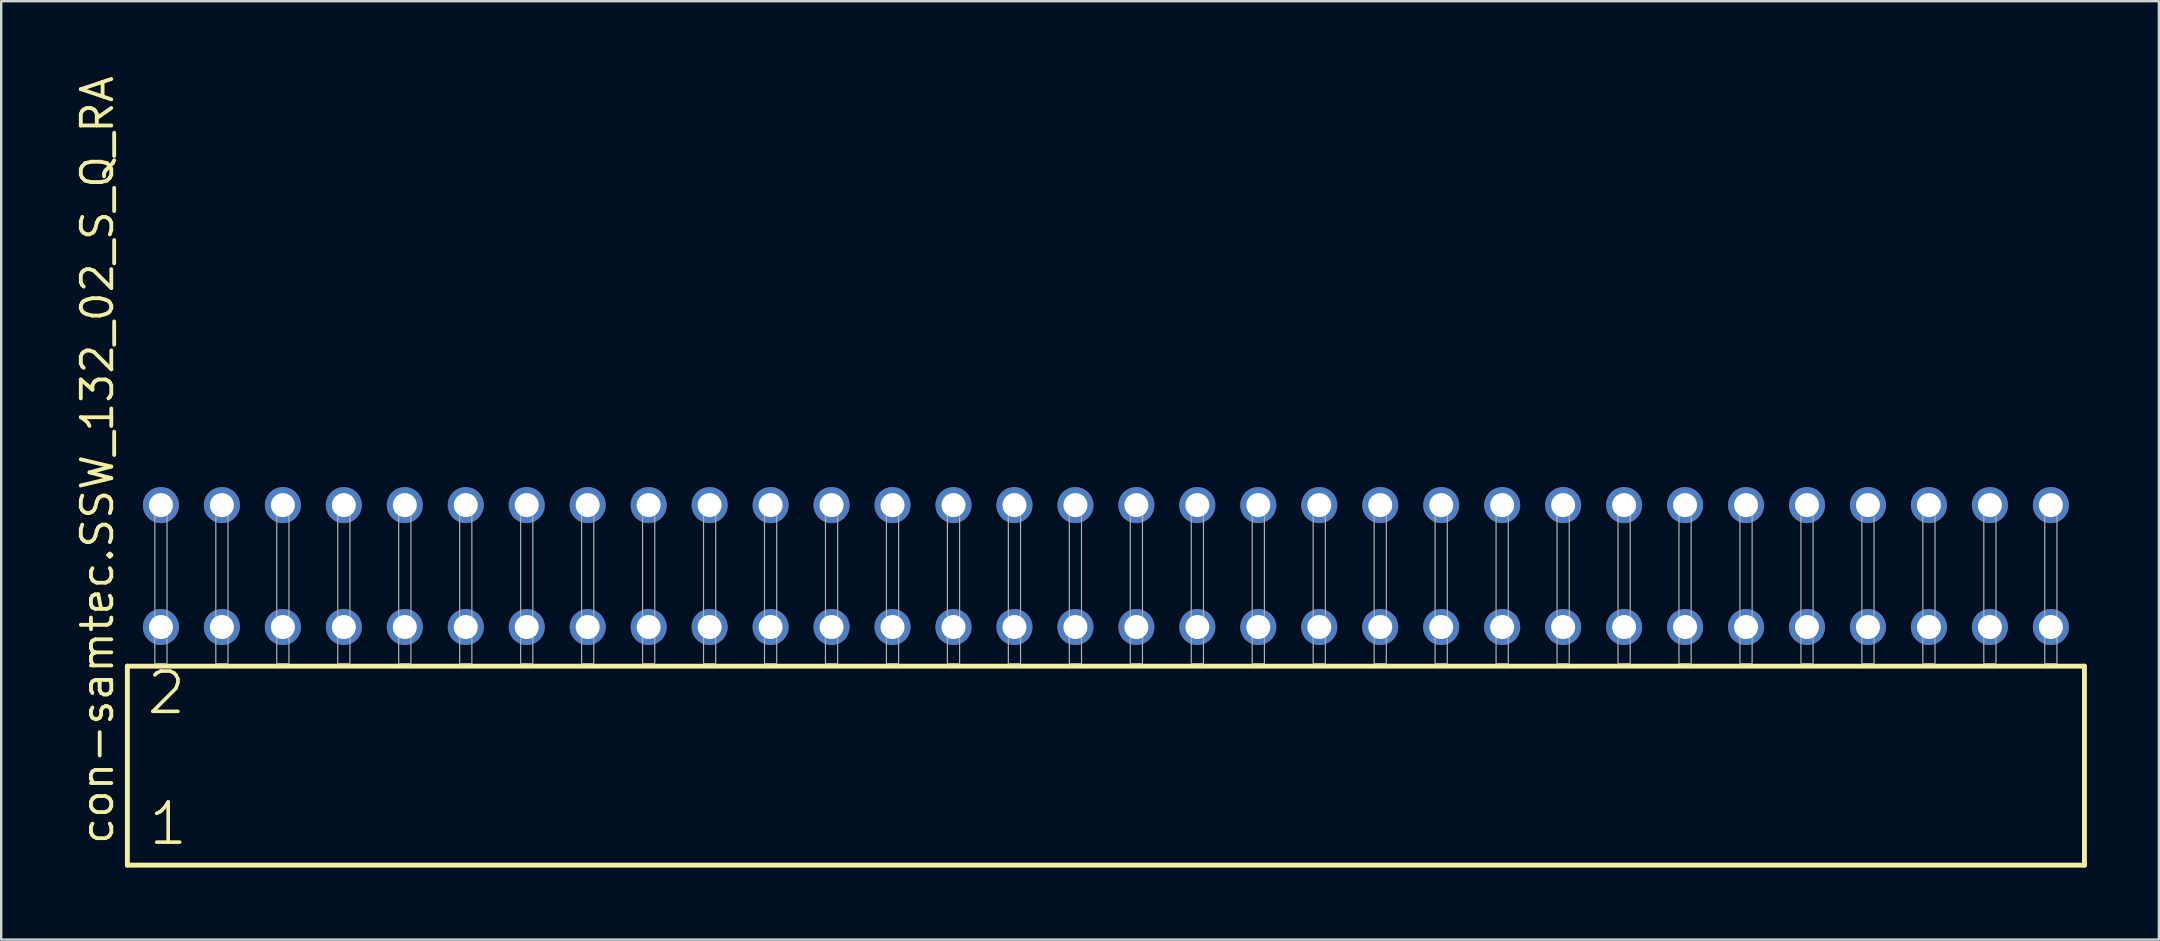
<source format=kicad_pcb>
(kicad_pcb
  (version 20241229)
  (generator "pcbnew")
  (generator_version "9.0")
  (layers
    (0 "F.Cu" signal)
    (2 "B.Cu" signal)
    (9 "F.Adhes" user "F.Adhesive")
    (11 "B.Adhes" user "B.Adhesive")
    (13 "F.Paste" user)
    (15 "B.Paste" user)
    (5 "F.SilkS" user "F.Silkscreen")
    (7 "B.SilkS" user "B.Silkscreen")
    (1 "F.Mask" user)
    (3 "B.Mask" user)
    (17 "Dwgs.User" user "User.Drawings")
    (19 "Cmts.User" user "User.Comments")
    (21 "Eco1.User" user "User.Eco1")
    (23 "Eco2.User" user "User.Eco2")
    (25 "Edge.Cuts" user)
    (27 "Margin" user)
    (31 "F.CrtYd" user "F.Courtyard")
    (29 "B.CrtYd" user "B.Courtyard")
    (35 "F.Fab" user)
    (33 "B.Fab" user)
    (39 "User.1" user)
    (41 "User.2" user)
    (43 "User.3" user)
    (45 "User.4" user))
  (footprint "con-samtec.SSW_132_02_S_Q_RA"
    (layer "F.Cu")
    (at 43.025 24.598)
    (property "Reference" "con-samtec.SSW_132_02_S_Q_RA" (at -41.275 7.62 90) (layer "F.SilkS") (effects (font (size 1.27 1.27) (thickness 0.16)) (justify left bottom)))
    (attr through_hole)
    (fp_line (start -40.769 0.106) (end -40.769 8.396) (stroke (width 0.203) (type default)) (layer "F.SilkS"))
    (fp_line (start -40.769 8.396) (end 40.769 8.396) (stroke (width 0.203) (type default)) (layer "F.SilkS"))
    (fp_line (start 40.769 0.106) (end -40.769 0.106) (stroke (width 0.203) (type default)) (layer "F.SilkS"))
    (fp_line (start 40.769 8.396) (end 40.769 0.106) (stroke (width 0.203) (type default)) (layer "F.SilkS"))
    (fp_rect (start -39.624 0) (end -39.116 -6.858) (stroke (width 0.05) (type default)) (fill no) (layer "F.Fab"))
    (fp_rect (start -37.084 0) (end -36.576 -6.858) (stroke (width 0.05) (type default)) (fill no) (layer "F.Fab"))
    (fp_rect (start -34.544 0) (end -34.036 -6.858) (stroke (width 0.05) (type default)) (fill no) (layer "F.Fab"))
    (fp_rect (start -32.004 0) (end -31.496 -6.858) (stroke (width 0.05) (type default)) (fill no) (layer "F.Fab"))
    (fp_rect (start -29.464 0) (end -28.956 -6.858) (stroke (width 0.05) (type default)) (fill no) (layer "F.Fab"))
    (fp_rect (start -26.924 0) (end -26.416 -6.858) (stroke (width 0.05) (type default)) (fill no) (layer "F.Fab"))
    (fp_rect (start -24.384 0) (end -23.876 -6.858) (stroke (width 0.05) (type default)) (fill no) (layer "F.Fab"))
    (fp_rect (start -21.844 0) (end -21.336 -6.858) (stroke (width 0.05) (type default)) (fill no) (layer "F.Fab"))
    (fp_rect (start -19.304 0) (end -18.796 -6.858) (stroke (width 0.05) (type default)) (fill no) (layer "F.Fab"))
    (fp_rect (start -16.764 0) (end -16.256 -6.858) (stroke (width 0.05) (type default)) (fill no) (layer "F.Fab"))
    (fp_rect (start -14.224 0) (end -13.716 -6.858) (stroke (width 0.05) (type default)) (fill no) (layer "F.Fab"))
    (fp_rect (start -11.684 0) (end -11.176 -6.858) (stroke (width 0.05) (type default)) (fill no) (layer "F.Fab"))
    (fp_rect (start -9.144 0) (end -8.636 -6.858) (stroke (width 0.05) (type default)) (fill no) (layer "F.Fab"))
    (fp_rect (start -6.604 0) (end -6.096 -6.858) (stroke (width 0.05) (type default)) (fill no) (layer "F.Fab"))
    (fp_rect (start -4.064 0) (end -3.556 -6.858) (stroke (width 0.05) (type default)) (fill no) (layer "F.Fab"))
    (fp_rect (start -1.524 0) (end -1.016 -6.858) (stroke (width 0.05) (type default)) (fill no) (layer "F.Fab"))
    (fp_rect (start 1.016 0) (end 1.524 -6.858) (stroke (width 0.05) (type default)) (fill no) (layer "F.Fab"))
    (fp_rect (start 3.556 0) (end 4.064 -6.858) (stroke (width 0.05) (type default)) (fill no) (layer "F.Fab"))
    (fp_rect (start 6.096 0) (end 6.604 -6.858) (stroke (width 0.05) (type default)) (fill no) (layer "F.Fab"))
    (fp_rect (start 8.636 0) (end 9.144 -6.858) (stroke (width 0.05) (type default)) (fill no) (layer "F.Fab"))
    (fp_rect (start 11.176 0) (end 11.684 -6.858) (stroke (width 0.05) (type default)) (fill no) (layer "F.Fab"))
    (fp_rect (start 13.716 0) (end 14.224 -6.858) (stroke (width 0.05) (type default)) (fill no) (layer "F.Fab"))
    (fp_rect (start 16.256 0) (end 16.764 -6.858) (stroke (width 0.05) (type default)) (fill no) (layer "F.Fab"))
    (fp_rect (start 18.796 0) (end 19.304 -6.858) (stroke (width 0.05) (type default)) (fill no) (layer "F.Fab"))
    (fp_rect (start 21.336 0) (end 21.844 -6.858) (stroke (width 0.05) (type default)) (fill no) (layer "F.Fab"))
    (fp_rect (start 23.876 0) (end 24.384 -6.858) (stroke (width 0.05) (type default)) (fill no) (layer "F.Fab"))
    (fp_rect (start 26.416 0) (end 26.924 -6.858) (stroke (width 0.05) (type default)) (fill no) (layer "F.Fab"))
    (fp_rect (start 28.956 0) (end 29.464 -6.858) (stroke (width 0.05) (type default)) (fill no) (layer "F.Fab"))
    (fp_rect (start 31.496 0) (end 32.004 -6.858) (stroke (width 0.05) (type default)) (fill no) (layer "F.Fab"))
    (fp_rect (start 34.036 0) (end 34.544 -6.858) (stroke (width 0.05) (type default)) (fill no) (layer "F.Fab"))
    (fp_rect (start 36.576 0) (end 37.084 -6.858) (stroke (width 0.05) (type default)) (fill no) (layer "F.Fab"))
    (fp_rect (start 39.116 0) (end 39.624 -6.858) (stroke (width 0.05) (type default)) (fill no) (layer "F.Fab"))
    (fp_text user "2" (at -40.04 2.2 0) (layer "F.SilkS") (effects (font (size 1.676 1.676) (thickness 0.15)) (justify left bottom)))
    (fp_text user "1" (at -39.965 7.65 0) (layer "F.SilkS") (effects (font (size 1.676 1.676) (thickness 0.15)) (justify left bottom)))
    (pad "1" thru_hole circle (at -39.37 -1.524) (size 1.5 1.5) (drill 1) (layers "*.Cu" "*.Mask"))
    (pad "2" thru_hole circle (at -39.37 -6.604) (size 1.5 1.5) (drill 1) (layers "*.Cu" "*.Mask"))
    (pad "3" thru_hole circle (at -36.83 -1.524) (size 1.5 1.5) (drill 1) (layers "*.Cu" "*.Mask"))
    (pad "4" thru_hole circle (at -36.83 -6.604) (size 1.5 1.5) (drill 1) (layers "*.Cu" "*.Mask"))
    (pad "5" thru_hole circle (at -34.29 -1.524) (size 1.5 1.5) (drill 1) (layers "*.Cu" "*.Mask"))
    (pad "6" thru_hole circle (at -34.29 -6.604) (size 1.5 1.5) (drill 1) (layers "*.Cu" "*.Mask"))
    (pad "7" thru_hole circle (at -31.75 -1.524) (size 1.5 1.5) (drill 1) (layers "*.Cu" "*.Mask"))
    (pad "8" thru_hole circle (at -31.75 -6.604) (size 1.5 1.5) (drill 1) (layers "*.Cu" "*.Mask"))
    (pad "9" thru_hole circle (at -29.21 -1.524) (size 1.5 1.5) (drill 1) (layers "*.Cu" "*.Mask"))
    (pad "10" thru_hole circle (at -29.21 -6.604) (size 1.5 1.5) (drill 1) (layers "*.Cu" "*.Mask"))
    (pad "11" thru_hole circle (at -26.67 -1.524) (size 1.5 1.5) (drill 1) (layers "*.Cu" "*.Mask"))
    (pad "12" thru_hole circle (at -26.67 -6.604) (size 1.5 1.5) (drill 1) (layers "*.Cu" "*.Mask"))
    (pad "13" thru_hole circle (at -24.13 -1.524) (size 1.5 1.5) (drill 1) (layers "*.Cu" "*.Mask"))
    (pad "14" thru_hole circle (at -24.13 -6.604) (size 1.5 1.5) (drill 1) (layers "*.Cu" "*.Mask"))
    (pad "15" thru_hole circle (at -21.59 -1.524) (size 1.5 1.5) (drill 1) (layers "*.Cu" "*.Mask"))
    (pad "16" thru_hole circle (at -21.59 -6.604) (size 1.5 1.5) (drill 1) (layers "*.Cu" "*.Mask"))
    (pad "17" thru_hole circle (at -19.05 -1.524) (size 1.5 1.5) (drill 1) (layers "*.Cu" "*.Mask"))
    (pad "18" thru_hole circle (at -19.05 -6.604) (size 1.5 1.5) (drill 1) (layers "*.Cu" "*.Mask"))
    (pad "19" thru_hole circle (at -16.51 -1.524) (size 1.5 1.5) (drill 1) (layers "*.Cu" "*.Mask"))
    (pad "20" thru_hole circle (at -16.51 -6.604) (size 1.5 1.5) (drill 1) (layers "*.Cu" "*.Mask"))
    (pad "21" thru_hole circle (at -13.97 -1.524) (size 1.5 1.5) (drill 1) (layers "*.Cu" "*.Mask"))
    (pad "22" thru_hole circle (at -13.97 -6.604) (size 1.5 1.5) (drill 1) (layers "*.Cu" "*.Mask"))
    (pad "23" thru_hole circle (at -11.43 -1.524) (size 1.5 1.5) (drill 1) (layers "*.Cu" "*.Mask"))
    (pad "24" thru_hole circle (at -11.43 -6.604) (size 1.5 1.5) (drill 1) (layers "*.Cu" "*.Mask"))
    (pad "25" thru_hole circle (at -8.89 -1.524) (size 1.5 1.5) (drill 1) (layers "*.Cu" "*.Mask"))
    (pad "26" thru_hole circle (at -8.89 -6.604) (size 1.5 1.5) (drill 1) (layers "*.Cu" "*.Mask"))
    (pad "27" thru_hole circle (at -6.35 -1.524) (size 1.5 1.5) (drill 1) (layers "*.Cu" "*.Mask"))
    (pad "28" thru_hole circle (at -6.35 -6.604) (size 1.5 1.5) (drill 1) (layers "*.Cu" "*.Mask"))
    (pad "29" thru_hole circle (at -3.81 -1.524) (size 1.5 1.5) (drill 1) (layers "*.Cu" "*.Mask"))
    (pad "30" thru_hole circle (at -3.81 -6.604) (size 1.5 1.5) (drill 1) (layers "*.Cu" "*.Mask"))
    (pad "31" thru_hole circle (at -1.27 -1.524) (size 1.5 1.5) (drill 1) (layers "*.Cu" "*.Mask"))
    (pad "32" thru_hole circle (at -1.27 -6.604) (size 1.5 1.5) (drill 1) (layers "*.Cu" "*.Mask"))
    (pad "33" thru_hole circle (at 1.27 -1.524) (size 1.5 1.5) (drill 1) (layers "*.Cu" "*.Mask"))
    (pad "34" thru_hole circle (at 1.27 -6.604) (size 1.5 1.5) (drill 1) (layers "*.Cu" "*.Mask"))
    (pad "35" thru_hole circle (at 3.81 -1.524) (size 1.5 1.5) (drill 1) (layers "*.Cu" "*.Mask"))
    (pad "36" thru_hole circle (at 3.81 -6.604) (size 1.5 1.5) (drill 1) (layers "*.Cu" "*.Mask"))
    (pad "37" thru_hole circle (at 6.35 -1.524) (size 1.5 1.5) (drill 1) (layers "*.Cu" "*.Mask"))
    (pad "38" thru_hole circle (at 6.35 -6.604) (size 1.5 1.5) (drill 1) (layers "*.Cu" "*.Mask"))
    (pad "39" thru_hole circle (at 8.89 -1.524) (size 1.5 1.5) (drill 1) (layers "*.Cu" "*.Mask"))
    (pad "40" thru_hole circle (at 8.89 -6.604) (size 1.5 1.5) (drill 1) (layers "*.Cu" "*.Mask"))
    (pad "41" thru_hole circle (at 11.43 -1.524) (size 1.5 1.5) (drill 1) (layers "*.Cu" "*.Mask"))
    (pad "42" thru_hole circle (at 11.43 -6.604) (size 1.5 1.5) (drill 1) (layers "*.Cu" "*.Mask"))
    (pad "43" thru_hole circle (at 13.97 -1.524) (size 1.5 1.5) (drill 1) (layers "*.Cu" "*.Mask"))
    (pad "44" thru_hole circle (at 13.97 -6.604) (size 1.5 1.5) (drill 1) (layers "*.Cu" "*.Mask"))
    (pad "45" thru_hole circle (at 16.51 -1.524) (size 1.5 1.5) (drill 1) (layers "*.Cu" "*.Mask"))
    (pad "46" thru_hole circle (at 16.51 -6.604) (size 1.5 1.5) (drill 1) (layers "*.Cu" "*.Mask"))
    (pad "47" thru_hole circle (at 19.05 -1.524) (size 1.5 1.5) (drill 1) (layers "*.Cu" "*.Mask"))
    (pad "48" thru_hole circle (at 19.05 -6.604) (size 1.5 1.5) (drill 1) (layers "*.Cu" "*.Mask"))
    (pad "49" thru_hole circle (at 21.59 -1.524) (size 1.5 1.5) (drill 1) (layers "*.Cu" "*.Mask"))
    (pad "50" thru_hole circle (at 21.59 -6.604) (size 1.5 1.5) (drill 1) (layers "*.Cu" "*.Mask"))
    (pad "51" thru_hole circle (at 24.13 -1.524) (size 1.5 1.5) (drill 1) (layers "*.Cu" "*.Mask"))
    (pad "52" thru_hole circle (at 24.13 -6.604) (size 1.5 1.5) (drill 1) (layers "*.Cu" "*.Mask"))
    (pad "53" thru_hole circle (at 26.67 -1.524) (size 1.5 1.5) (drill 1) (layers "*.Cu" "*.Mask"))
    (pad "54" thru_hole circle (at 26.67 -6.604) (size 1.5 1.5) (drill 1) (layers "*.Cu" "*.Mask"))
    (pad "55" thru_hole circle (at 29.21 -1.524) (size 1.5 1.5) (drill 1) (layers "*.Cu" "*.Mask"))
    (pad "56" thru_hole circle (at 29.21 -6.604) (size 1.5 1.5) (drill 1) (layers "*.Cu" "*.Mask"))
    (pad "57" thru_hole circle (at 31.75 -1.524) (size 1.5 1.5) (drill 1) (layers "*.Cu" "*.Mask"))
    (pad "58" thru_hole circle (at 31.75 -6.604) (size 1.5 1.5) (drill 1) (layers "*.Cu" "*.Mask"))
    (pad "59" thru_hole circle (at 34.29 -1.524) (size 1.5 1.5) (drill 1) (layers "*.Cu" "*.Mask"))
    (pad "60" thru_hole circle (at 34.29 -6.604) (size 1.5 1.5) (drill 1) (layers "*.Cu" "*.Mask"))
    (pad "61" thru_hole circle (at 36.83 -1.524) (size 1.5 1.5) (drill 1) (layers "*.Cu" "*.Mask"))
    (pad "62" thru_hole circle (at 36.83 -6.604) (size 1.5 1.5) (drill 1) (layers "*.Cu" "*.Mask"))
    (pad "63" thru_hole circle (at 39.37 -1.524) (size 1.5 1.5) (drill 1) (layers "*.Cu" "*.Mask"))
    (pad "64" thru_hole circle (at 39.37 -6.604) (size 1.5 1.5) (drill 1) (layers "*.Cu" "*.Mask")))
  (gr_rect
    (start -3 -3)
    (end 86.896 36.096)
    (stroke (width 0.1) (type default))
    (fill no)
    (layer "Edge.Cuts")))
</source>
